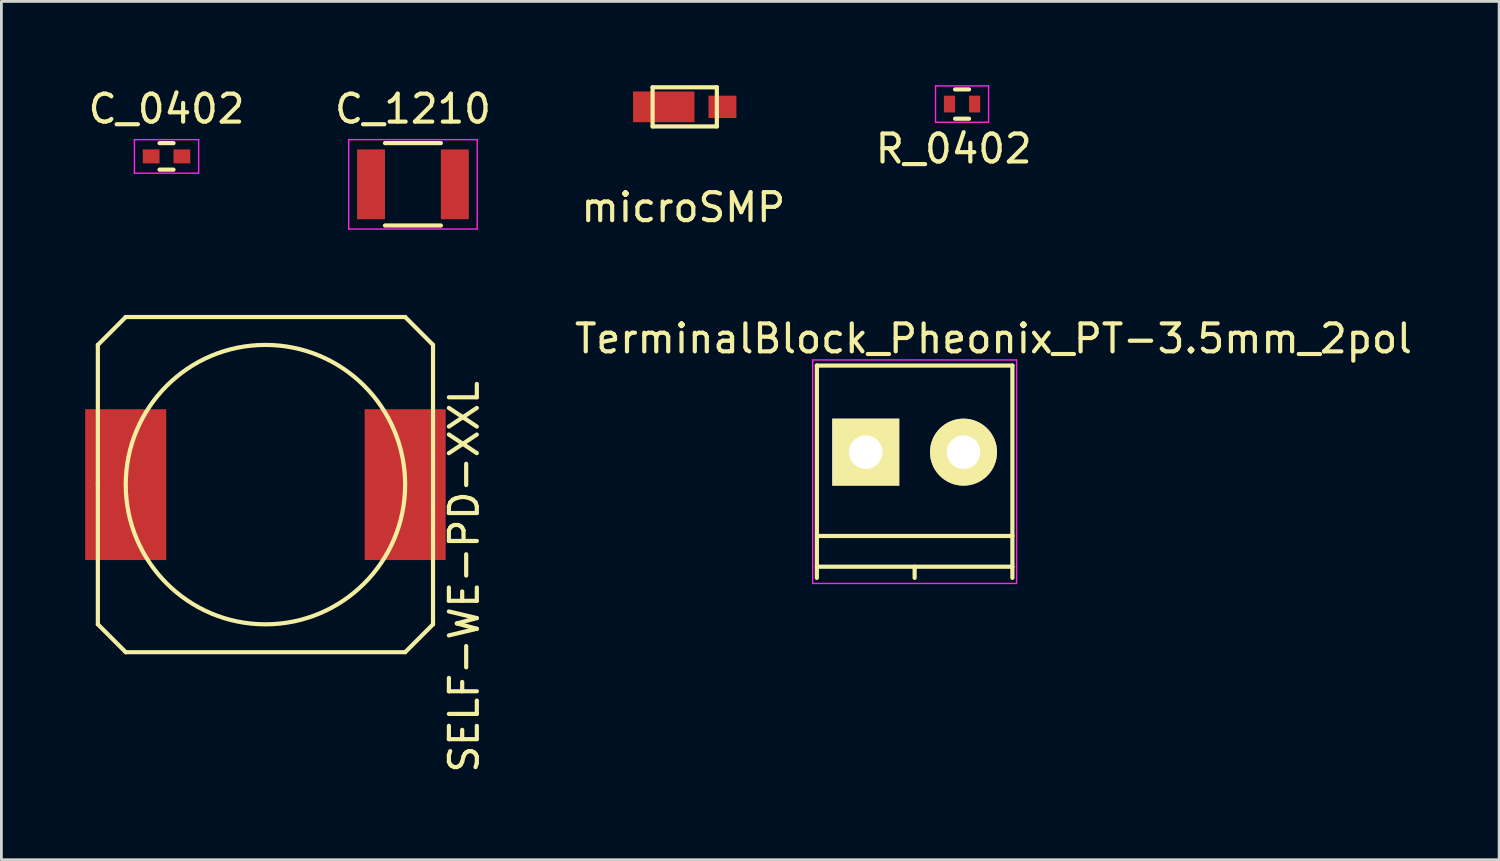
<source format=kicad_pcb>
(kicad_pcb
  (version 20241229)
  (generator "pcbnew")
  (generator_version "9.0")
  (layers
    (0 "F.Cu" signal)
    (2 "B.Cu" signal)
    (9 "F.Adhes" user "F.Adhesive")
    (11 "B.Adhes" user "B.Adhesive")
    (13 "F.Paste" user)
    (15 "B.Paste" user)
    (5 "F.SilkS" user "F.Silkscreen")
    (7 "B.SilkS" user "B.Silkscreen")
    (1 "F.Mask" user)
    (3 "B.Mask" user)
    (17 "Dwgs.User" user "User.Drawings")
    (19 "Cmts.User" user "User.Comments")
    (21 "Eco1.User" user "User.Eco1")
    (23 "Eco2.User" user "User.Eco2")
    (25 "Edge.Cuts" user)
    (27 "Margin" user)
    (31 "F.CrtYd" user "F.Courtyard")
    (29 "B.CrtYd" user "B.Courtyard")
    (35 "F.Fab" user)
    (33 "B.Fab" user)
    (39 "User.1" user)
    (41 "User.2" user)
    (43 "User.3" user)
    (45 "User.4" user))
  (footprint "SELF-WE-PD-XXL"
    (layer "F.Cu")
    (at 6.452 14.298)
    (property "Reference" "SELF-WE-PD-XXL" (at 7.112 3.302 90) (layer "F.SilkS") (effects (font (size 1 1) (thickness 0.15))))
    (attr smd)
    (fp_line (start -5.999 -5.001) (end -5.001 -5.999) (stroke (width 0.15) (type solid)) (layer "F.SilkS"))
    (fp_line (start -5.999 0) (end -5.999 -5.001) (stroke (width 0.15) (type solid)) (layer "F.SilkS"))
    (fp_line (start -5.999 5.001) (end -5.999 0) (stroke (width 0.15) (type solid)) (layer "F.SilkS"))
    (fp_line (start -5.001 -5.999) (end 5.001 -5.999) (stroke (width 0.15) (type solid)) (layer "F.SilkS"))
    (fp_line (start -5.001 5.999) (end -5.999 5.001) (stroke (width 0.15) (type solid)) (layer "F.SilkS"))
    (fp_line (start 5.001 -5.999) (end 5.999 -5.001) (stroke (width 0.15) (type solid)) (layer "F.SilkS"))
    (fp_line (start 5.001 5.999) (end -5.001 5.999) (stroke (width 0.15) (type solid)) (layer "F.SilkS"))
    (fp_line (start 5.999 -5.001) (end 5.999 5.001) (stroke (width 0.15) (type solid)) (layer "F.SilkS"))
    (fp_line (start 5.999 5.001) (end 5.001 5.999) (stroke (width 0.15) (type solid)) (layer "F.SilkS"))
    (fp_circle (center 0 0) (end 0 -5.001) (stroke (width 0.15) (type solid)) (fill no) (layer "F.SilkS"))
    (fp_text user "" (at 0 0 0) (layer "F.SilkS") (effects (font (size 1 1) (thickness 0.15))))
    (fp_text user "" (at 0 0 0) (layer "F.SilkS") (effects (font (size 1 1) (thickness 0.15))))
    (pad "1" smd rect (at -5.001 0) (size 2.901 5.4) (layers "F.Cu" "F.Mask" "F.Paste"))
    (pad "2" smd rect (at 5.001 0) (size 2.901 5.4) (layers "F.Cu" "F.Mask" "F.Paste")))
  (footprint "C_1210"
    (layer "F.Cu")
    (at 11.732 3.548)
    (property "Reference" "C_1210" (at 0 -2.7 0) (layer "F.SilkS") (effects (font (size 1 1) (thickness 0.15))))
    (attr smd)
    (fp_line (start -1 1.475) (end 1 1.475) (stroke (width 0.15) (type solid)) (layer "F.SilkS"))
    (fp_line (start 1 -1.475) (end -1 -1.475) (stroke (width 0.15) (type solid)) (layer "F.SilkS"))
    (fp_line (start -2.3 -1.6) (end -2.3 1.6) (stroke (width 0.05) (type solid)) (layer "F.CrtYd"))
    (fp_line (start -2.3 -1.6) (end 2.3 -1.6) (stroke (width 0.05) (type solid)) (layer "F.CrtYd"))
    (fp_line (start -2.3 1.6) (end 2.3 1.6) (stroke (width 0.05) (type solid)) (layer "F.CrtYd"))
    (fp_line (start 2.3 -1.6) (end 2.3 1.6) (stroke (width 0.05) (type solid)) (layer "F.CrtYd"))
    (pad "1" smd rect (at -1.5 0) (size 1 2.5) (layers "F.Cu" "F.Mask" "F.Paste"))
    (pad "2" smd rect (at 1.5 0) (size 1 2.5) (layers "F.Cu" "F.Mask" "F.Paste")))
  (footprint "C_0402"
    (layer "F.Cu")
    (at 2.911 2.548)
    (property "Reference" "C_0402" (at 0 -1.7 0) (layer "F.SilkS") (effects (font (size 1 1) (thickness 0.15))))
    (attr smd)
    (fp_line (start -0.25 0.475) (end 0.25 0.475) (stroke (width 0.15) (type solid)) (layer "F.SilkS"))
    (fp_line (start 0.25 -0.475) (end -0.25 -0.475) (stroke (width 0.15) (type solid)) (layer "F.SilkS"))
    (fp_line (start -1.15 -0.6) (end -1.15 0.6) (stroke (width 0.05) (type solid)) (layer "F.CrtYd"))
    (fp_line (start -1.15 -0.6) (end 1.15 -0.6) (stroke (width 0.05) (type solid)) (layer "F.CrtYd"))
    (fp_line (start -1.15 0.6) (end 1.15 0.6) (stroke (width 0.05) (type solid)) (layer "F.CrtYd"))
    (fp_line (start 1.15 -0.6) (end 1.15 0.6) (stroke (width 0.05) (type solid)) (layer "F.CrtYd"))
    (pad "1" smd rect (at -0.55 0) (size 0.6 0.5) (layers "F.Cu" "F.Mask" "F.Paste"))
    (pad "2" smd rect (at 0.55 0) (size 0.6 0.5) (layers "F.Cu" "F.Mask" "F.Paste")))
  (footprint "TerminalBlock_Pheonix_PT-3.5mm_2pol"
    (layer "F.Cu")
    (at 27.941 13.136)
    (property "Reference" "TerminalBlock_Pheonix_PT-3.5mm_2pol" (at 4.572 -4.064 0) (layer "F.SilkS") (effects (font (size 1 1) (thickness 0.15))))
    (attr through_hole)
    (fp_line (start -1.75 -3.1) (end -1.75 4.5) (stroke (width 0.15) (type solid)) (layer "F.SilkS"))
    (fp_line (start -1.75 3) (end 5.25 3) (stroke (width 0.15) (type solid)) (layer "F.SilkS"))
    (fp_line (start -1.75 4.1) (end 5.25 4.1) (stroke (width 0.15) (type solid)) (layer "F.SilkS"))
    (fp_line (start 1.75 4.1) (end 1.75 4.5) (stroke (width 0.15) (type solid)) (layer "F.SilkS"))
    (fp_line (start 5.25 -3.1) (end -1.75 -3.1) (stroke (width 0.15) (type solid)) (layer "F.SilkS"))
    (fp_line (start 5.25 4.5) (end 5.25 -3.1) (stroke (width 0.15) (type solid)) (layer "F.SilkS"))
    (fp_line (start -1.9 -3.3) (end 5.4 -3.3) (stroke (width 0.05) (type solid)) (layer "F.CrtYd"))
    (fp_line (start -1.9 4.7) (end -1.9 -3.3) (stroke (width 0.05) (type solid)) (layer "F.CrtYd"))
    (fp_line (start 5.4 -3.3) (end 5.4 4.7) (stroke (width 0.05) (type solid)) (layer "F.CrtYd"))
    (fp_line (start 5.4 4.7) (end -1.9 4.7) (stroke (width 0.05) (type solid)) (layer "F.CrtYd"))
    (pad "1" thru_hole rect (at 0 0) (size 2.4 2.4) (drill 1.2) (layers "*.Cu" "*.Mask" "F.SilkS"))
    (pad "2" thru_hole circle (at 3.5 0) (size 2.4 2.4) (drill 1.2) (layers "*.Cu" "*.Mask" "F.SilkS")))
  (footprint "R_0402"
    (layer "F.Cu")
    (at 31.389 0.675)
    (property "Reference" "R_0402" (at -0.3 1.6 0) (layer "F.SilkS") (effects (font (size 1 1) (thickness 0.15))))
    (attr smd)
    (fp_line (start -0.25 0.525) (end 0.25 0.525) (stroke (width 0.15) (type solid)) (layer "F.SilkS"))
    (fp_line (start 0.25 -0.525) (end -0.25 -0.525) (stroke (width 0.15) (type solid)) (layer "F.SilkS"))
    (fp_line (start -0.95 -0.65) (end -0.95 0.65) (stroke (width 0.05) (type solid)) (layer "F.CrtYd"))
    (fp_line (start -0.95 -0.65) (end 0.95 -0.65) (stroke (width 0.05) (type solid)) (layer "F.CrtYd"))
    (fp_line (start -0.95 0.65) (end 0.95 0.65) (stroke (width 0.05) (type solid)) (layer "F.CrtYd"))
    (fp_line (start 0.95 -0.65) (end 0.95 0.65) (stroke (width 0.05) (type solid)) (layer "F.CrtYd"))
    (pad "1" smd rect (at -0.45 0) (size 0.4 0.6) (layers "F.Cu" "F.Mask" "F.Paste"))
    (pad "2" smd rect (at 0.45 0) (size 0.4 0.6) (layers "F.Cu" "F.Mask" "F.Paste")))
  (footprint "microSMP"
    (layer "F.Cu")
    (at 21.811 0.775)
    (property "Reference" "microSMP" (at -0.4 3.6 0) (layer "F.SilkS") (effects (font (size 1 1) (thickness 0.15))))
    (attr through_hole)
    (fp_line (start -1.5 -0.7) (end -1.5 0.7) (stroke (width 0.15) (type solid)) (layer "F.SilkS"))
    (fp_line (start -1.5 0.7) (end 0.8 0.7) (stroke (width 0.15) (type solid)) (layer "F.SilkS"))
    (fp_line (start 0.8 -0.7) (end -1.5 -0.7) (stroke (width 0.15) (type solid)) (layer "F.SilkS"))
    (fp_line (start 0.8 0.7) (end 0.8 -0.7) (stroke (width 0.15) (type solid)) (layer "F.SilkS"))
    (pad "1" smd rect (at 1 0) (size 1 0.8) (layers "F.Cu" "F.Mask" "F.Paste"))
    (pad "2" smd rect (at -1.1 0) (size 2.2 1.1) (layers "F.Cu" "F.Mask" "F.Paste")))
  (gr_rect
    (start -3 -3)
    (end 50.614 27.725)
    (stroke (width 0.1) (type default))
    (fill no)
    (layer "Edge.Cuts")))
</source>
